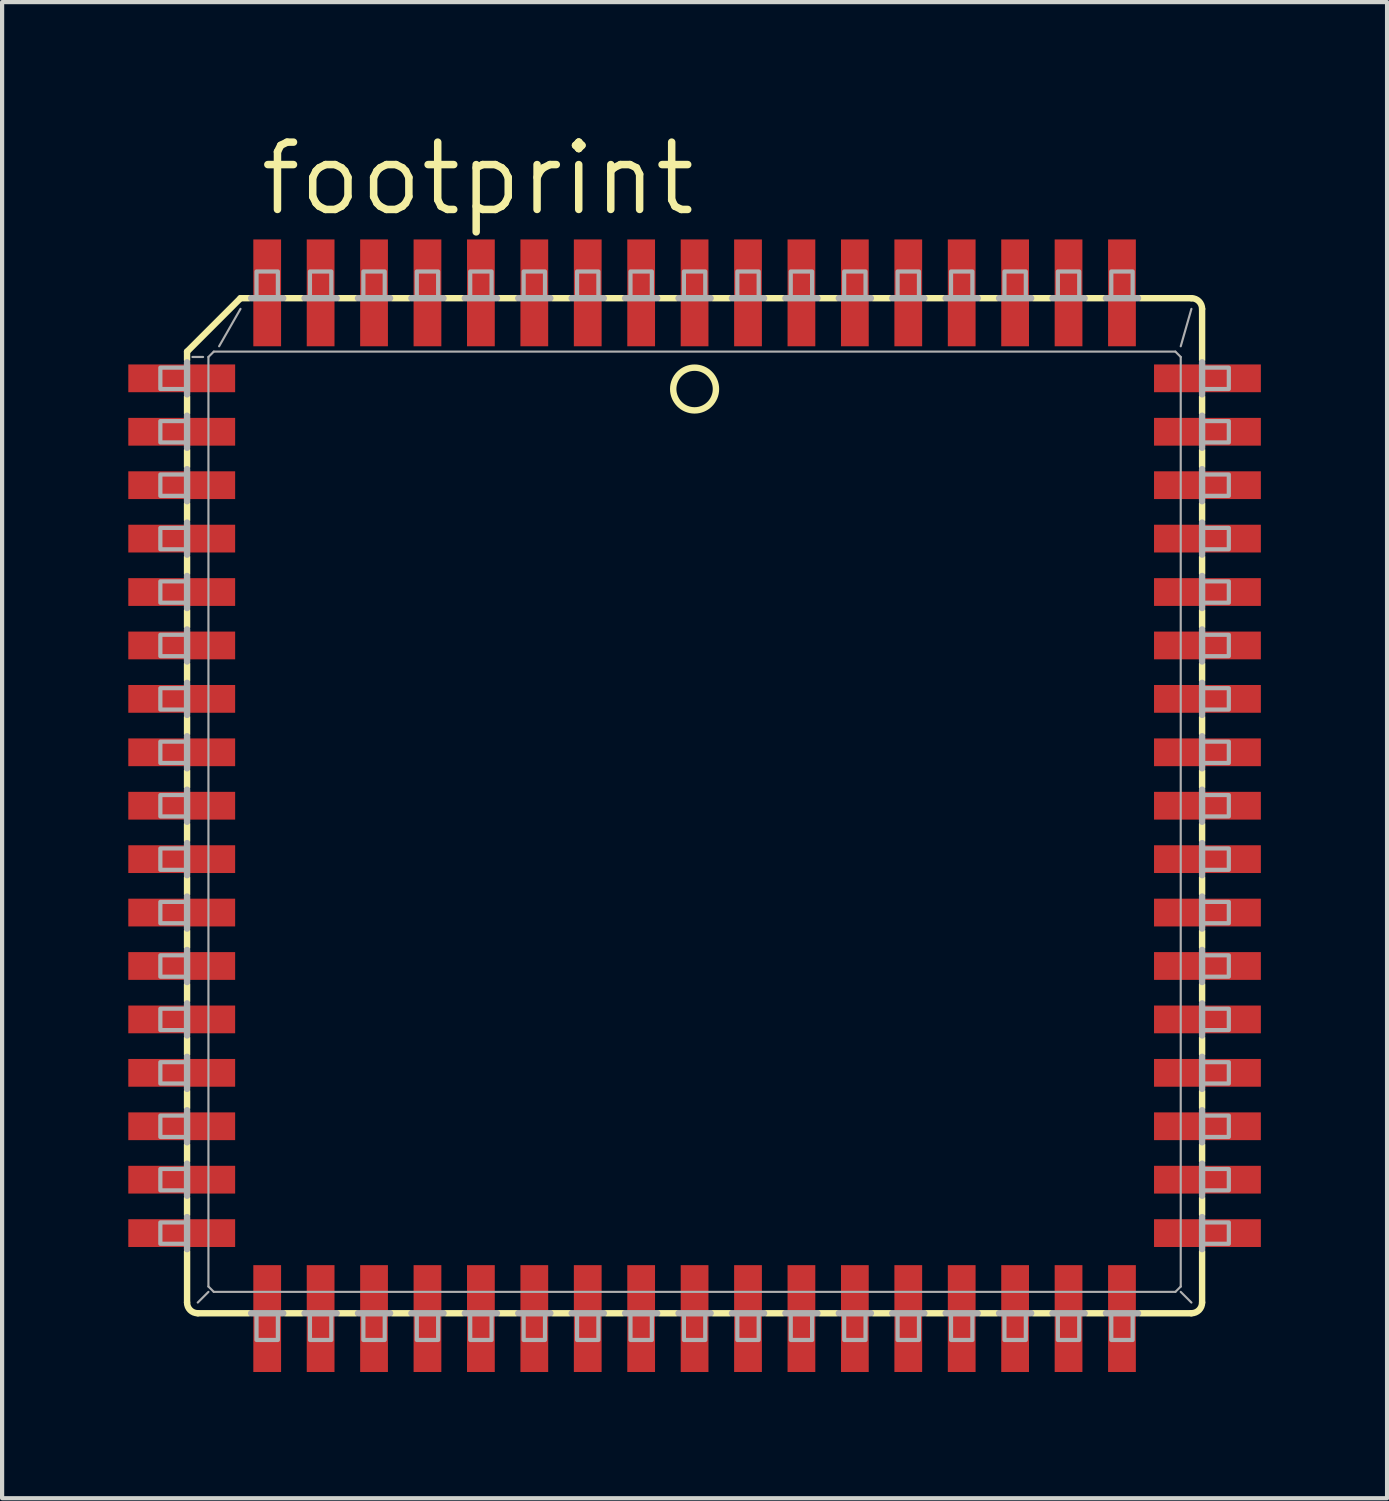
<source format=kicad_pcb>
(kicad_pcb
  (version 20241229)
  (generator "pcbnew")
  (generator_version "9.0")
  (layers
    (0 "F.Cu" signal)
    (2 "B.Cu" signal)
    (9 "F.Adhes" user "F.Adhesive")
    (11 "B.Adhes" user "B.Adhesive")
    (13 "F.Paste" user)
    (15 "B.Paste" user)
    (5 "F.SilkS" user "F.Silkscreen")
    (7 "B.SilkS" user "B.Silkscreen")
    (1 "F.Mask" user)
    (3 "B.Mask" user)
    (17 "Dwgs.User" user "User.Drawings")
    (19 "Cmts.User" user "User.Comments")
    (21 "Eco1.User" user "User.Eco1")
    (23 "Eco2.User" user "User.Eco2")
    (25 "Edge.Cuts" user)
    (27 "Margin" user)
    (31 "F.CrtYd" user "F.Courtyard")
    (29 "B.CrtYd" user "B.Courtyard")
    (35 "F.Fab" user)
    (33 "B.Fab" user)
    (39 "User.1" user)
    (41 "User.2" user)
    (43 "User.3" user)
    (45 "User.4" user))
  (footprint "footprint"
    (layer "F.Cu")
    (at 13.462 16.104)
    (property "Reference" "footprint" (at -10.414 -13.97 0) (layer "F.SilkS") (effects (font (size 1.6 1.6) (thickness 0.178)) (justify left bottom)))
    (fp_line (start -12.065 -10.795) (end -12.065 -10.592) (stroke (width 0.152) (type solid)) (layer "F.SilkS"))
    (fp_line (start -12.065 -10.795) (end -10.795 -12.065) (stroke (width 0.152) (type solid)) (layer "F.SilkS"))
    (fp_line (start -12.065 -9.728) (end -12.065 -9.322) (stroke (width 0.152) (type solid)) (layer "F.SilkS"))
    (fp_line (start -12.065 -8.458) (end -12.065 -8.052) (stroke (width 0.152) (type solid)) (layer "F.SilkS"))
    (fp_line (start -12.065 -7.188) (end -12.065 -6.782) (stroke (width 0.152) (type solid)) (layer "F.SilkS"))
    (fp_line (start -12.065 -5.918) (end -12.065 -5.512) (stroke (width 0.152) (type solid)) (layer "F.SilkS"))
    (fp_line (start -12.065 -4.648) (end -12.065 -4.242) (stroke (width 0.152) (type solid)) (layer "F.SilkS"))
    (fp_line (start -12.065 -3.378) (end -12.065 -2.972) (stroke (width 0.152) (type solid)) (layer "F.SilkS"))
    (fp_line (start -12.065 -1.702) (end -12.065 -2.108) (stroke (width 0.152) (type solid)) (layer "F.SilkS"))
    (fp_line (start -12.065 -0.838) (end -12.065 -0.432) (stroke (width 0.152) (type solid)) (layer "F.SilkS"))
    (fp_line (start -12.065 0.838) (end -12.065 0.432) (stroke (width 0.152) (type solid)) (layer "F.SilkS"))
    (fp_line (start -12.065 1.702) (end -12.065 2.108) (stroke (width 0.152) (type solid)) (layer "F.SilkS"))
    (fp_line (start -12.065 3.378) (end -12.065 2.972) (stroke (width 0.152) (type solid)) (layer "F.SilkS"))
    (fp_line (start -12.065 4.242) (end -12.065 4.648) (stroke (width 0.152) (type solid)) (layer "F.SilkS"))
    (fp_line (start -12.065 5.918) (end -12.065 5.512) (stroke (width 0.152) (type solid)) (layer "F.SilkS"))
    (fp_line (start -12.065 6.782) (end -12.065 7.188) (stroke (width 0.152) (type solid)) (layer "F.SilkS"))
    (fp_line (start -12.065 8.458) (end -12.065 8.052) (stroke (width 0.152) (type solid)) (layer "F.SilkS"))
    (fp_line (start -12.065 9.322) (end -12.065 9.728) (stroke (width 0.152) (type solid)) (layer "F.SilkS"))
    (fp_line (start -12.065 11.811) (end -12.065 10.592) (stroke (width 0.152) (type solid)) (layer "F.SilkS"))
    (fp_line (start -11.811 12.065) (end -10.592 12.065) (stroke (width 0.152) (type solid)) (layer "F.SilkS"))
    (fp_line (start -10.795 -12.065) (end -10.592 -12.065) (stroke (width 0.152) (type solid)) (layer "F.SilkS"))
    (fp_line (start -9.728 12.065) (end -9.322 12.065) (stroke (width 0.152) (type solid)) (layer "F.SilkS"))
    (fp_line (start -9.322 -12.065) (end -9.728 -12.065) (stroke (width 0.152) (type solid)) (layer "F.SilkS"))
    (fp_line (start -8.458 -12.065) (end -8.052 -12.065) (stroke (width 0.152) (type solid)) (layer "F.SilkS"))
    (fp_line (start -8.458 12.065) (end -8.052 12.065) (stroke (width 0.152) (type solid)) (layer "F.SilkS"))
    (fp_line (start -7.188 12.065) (end -6.782 12.065) (stroke (width 0.152) (type solid)) (layer "F.SilkS"))
    (fp_line (start -6.782 -12.065) (end -7.188 -12.065) (stroke (width 0.152) (type solid)) (layer "F.SilkS"))
    (fp_line (start -5.918 -12.065) (end -5.512 -12.065) (stroke (width 0.152) (type solid)) (layer "F.SilkS"))
    (fp_line (start -5.918 12.065) (end -5.512 12.065) (stroke (width 0.152) (type solid)) (layer "F.SilkS"))
    (fp_line (start -4.648 12.065) (end -4.242 12.065) (stroke (width 0.152) (type solid)) (layer "F.SilkS"))
    (fp_line (start -4.242 -12.065) (end -4.648 -12.065) (stroke (width 0.152) (type solid)) (layer "F.SilkS"))
    (fp_line (start -3.378 -12.065) (end -2.972 -12.065) (stroke (width 0.152) (type solid)) (layer "F.SilkS"))
    (fp_line (start -3.378 12.065) (end -2.972 12.065) (stroke (width 0.152) (type solid)) (layer "F.SilkS"))
    (fp_line (start -1.702 -12.065) (end -2.108 -12.065) (stroke (width 0.152) (type solid)) (layer "F.SilkS"))
    (fp_line (start -1.702 12.065) (end -2.108 12.065) (stroke (width 0.152) (type solid)) (layer "F.SilkS"))
    (fp_line (start -0.838 -12.065) (end -0.432 -12.065) (stroke (width 0.152) (type solid)) (layer "F.SilkS"))
    (fp_line (start -0.838 12.065) (end -0.432 12.065) (stroke (width 0.152) (type solid)) (layer "F.SilkS"))
    (fp_line (start 0.838 -12.065) (end 0.432 -12.065) (stroke (width 0.152) (type solid)) (layer "F.SilkS"))
    (fp_line (start 0.838 12.065) (end 0.432 12.065) (stroke (width 0.152) (type solid)) (layer "F.SilkS"))
    (fp_line (start 1.702 -12.065) (end 2.108 -12.065) (stroke (width 0.152) (type solid)) (layer "F.SilkS"))
    (fp_line (start 1.702 12.065) (end 2.108 12.065) (stroke (width 0.152) (type solid)) (layer "F.SilkS"))
    (fp_line (start 3.378 -12.065) (end 2.972 -12.065) (stroke (width 0.152) (type solid)) (layer "F.SilkS"))
    (fp_line (start 3.378 12.065) (end 2.972 12.065) (stroke (width 0.152) (type solid)) (layer "F.SilkS"))
    (fp_line (start 4.242 12.065) (end 4.648 12.065) (stroke (width 0.152) (type solid)) (layer "F.SilkS"))
    (fp_line (start 4.648 -12.065) (end 4.242 -12.065) (stroke (width 0.152) (type solid)) (layer "F.SilkS"))
    (fp_line (start 5.918 -12.065) (end 5.512 -12.065) (stroke (width 0.152) (type solid)) (layer "F.SilkS"))
    (fp_line (start 5.918 12.065) (end 5.512 12.065) (stroke (width 0.152) (type solid)) (layer "F.SilkS"))
    (fp_line (start 6.782 12.065) (end 7.188 12.065) (stroke (width 0.152) (type solid)) (layer "F.SilkS"))
    (fp_line (start 7.188 -12.065) (end 6.782 -12.065) (stroke (width 0.152) (type solid)) (layer "F.SilkS"))
    (fp_line (start 8.458 -12.065) (end 8.052 -12.065) (stroke (width 0.152) (type solid)) (layer "F.SilkS"))
    (fp_line (start 8.458 12.065) (end 8.052 12.065) (stroke (width 0.152) (type solid)) (layer "F.SilkS"))
    (fp_line (start 9.322 12.065) (end 9.728 12.065) (stroke (width 0.152) (type solid)) (layer "F.SilkS"))
    (fp_line (start 9.728 -12.065) (end 9.322 -12.065) (stroke (width 0.152) (type solid)) (layer "F.SilkS"))
    (fp_line (start 11.811 -12.065) (end 10.592 -12.065) (stroke (width 0.152) (type solid)) (layer "F.SilkS"))
    (fp_line (start 11.811 12.065) (end 10.592 12.065) (stroke (width 0.152) (type solid)) (layer "F.SilkS"))
    (fp_line (start 12.065 -11.811) (end 12.065 -10.592) (stroke (width 0.152) (type solid)) (layer "F.SilkS"))
    (fp_line (start 12.065 -9.322) (end 12.065 -9.728) (stroke (width 0.152) (type solid)) (layer "F.SilkS"))
    (fp_line (start 12.065 -8.458) (end 12.065 -8.052) (stroke (width 0.152) (type solid)) (layer "F.SilkS"))
    (fp_line (start 12.065 -6.782) (end 12.065 -7.188) (stroke (width 0.152) (type solid)) (layer "F.SilkS"))
    (fp_line (start 12.065 -5.918) (end 12.065 -5.512) (stroke (width 0.152) (type solid)) (layer "F.SilkS"))
    (fp_line (start 12.065 -4.242) (end 12.065 -4.648) (stroke (width 0.152) (type solid)) (layer "F.SilkS"))
    (fp_line (start 12.065 -3.378) (end 12.065 -2.972) (stroke (width 0.152) (type solid)) (layer "F.SilkS"))
    (fp_line (start 12.065 -1.702) (end 12.065 -2.108) (stroke (width 0.152) (type solid)) (layer "F.SilkS"))
    (fp_line (start 12.065 -0.838) (end 12.065 -0.432) (stroke (width 0.152) (type solid)) (layer "F.SilkS"))
    (fp_line (start 12.065 0.838) (end 12.065 0.432) (stroke (width 0.152) (type solid)) (layer "F.SilkS"))
    (fp_line (start 12.065 1.702) (end 12.065 2.108) (stroke (width 0.152) (type solid)) (layer "F.SilkS"))
    (fp_line (start 12.065 3.378) (end 12.065 2.972) (stroke (width 0.152) (type solid)) (layer "F.SilkS"))
    (fp_line (start 12.065 4.648) (end 12.065 4.242) (stroke (width 0.152) (type solid)) (layer "F.SilkS"))
    (fp_line (start 12.065 5.918) (end 12.065 5.512) (stroke (width 0.152) (type solid)) (layer "F.SilkS"))
    (fp_line (start 12.065 7.188) (end 12.065 6.782) (stroke (width 0.152) (type solid)) (layer "F.SilkS"))
    (fp_line (start 12.065 8.458) (end 12.065 8.052) (stroke (width 0.152) (type solid)) (layer "F.SilkS"))
    (fp_line (start 12.065 9.728) (end 12.065 9.322) (stroke (width 0.152) (type solid)) (layer "F.SilkS"))
    (fp_line (start 12.065 11.811) (end 12.065 10.592) (stroke (width 0.152) (type solid)) (layer "F.SilkS"))
    (fp_arc (start -11.811 12.065) (mid -11.990605 11.990605) (end -12.065 11.811) (stroke (width 0.1524) (type solid)) (layer "F.SilkS"))
    (fp_arc (start 11.811 -12.065) (mid 11.990605 -11.990605) (end 12.065 -11.811) (stroke (width 0.1524) (type solid)) (layer "F.SilkS"))
    (fp_arc (start 12.065 11.811) (mid 11.990605 11.990605) (end 11.811 12.065) (stroke (width 0.1524) (type solid)) (layer "F.SilkS"))
    (fp_circle (center 0 -9.906) (end 0.508 -9.906) (stroke (width 0.152) (type solid)) (fill no) (layer "F.SilkS"))
    (fp_line (start -12.065 -10.541) (end -12.065 -9.779) (stroke (width 0.152) (type solid)) (layer "F.Fab"))
    (fp_line (start -12.065 -9.271) (end -12.065 -8.509) (stroke (width 0.152) (type solid)) (layer "F.Fab"))
    (fp_line (start -12.065 -8.001) (end -12.065 -7.239) (stroke (width 0.152) (type solid)) (layer "F.Fab"))
    (fp_line (start -12.065 -6.731) (end -12.065 -5.969) (stroke (width 0.152) (type solid)) (layer "F.Fab"))
    (fp_line (start -12.065 -5.461) (end -12.065 -4.699) (stroke (width 0.152) (type solid)) (layer "F.Fab"))
    (fp_line (start -12.065 -4.191) (end -12.065 -3.429) (stroke (width 0.152) (type solid)) (layer "F.Fab"))
    (fp_line (start -12.065 -2.921) (end -12.065 -2.159) (stroke (width 0.152) (type solid)) (layer "F.Fab"))
    (fp_line (start -12.065 -1.651) (end -12.065 -0.889) (stroke (width 0.152) (type solid)) (layer "F.Fab"))
    (fp_line (start -12.065 -0.381) (end -12.065 0.381) (stroke (width 0.152) (type solid)) (layer "F.Fab"))
    (fp_line (start -12.065 0.889) (end -12.065 1.651) (stroke (width 0.152) (type solid)) (layer "F.Fab"))
    (fp_line (start -12.065 2.159) (end -12.065 2.921) (stroke (width 0.152) (type solid)) (layer "F.Fab"))
    (fp_line (start -12.065 3.429) (end -12.065 4.191) (stroke (width 0.152) (type solid)) (layer "F.Fab"))
    (fp_line (start -12.065 4.699) (end -12.065 5.461) (stroke (width 0.152) (type solid)) (layer "F.Fab"))
    (fp_line (start -12.065 5.969) (end -12.065 6.731) (stroke (width 0.152) (type solid)) (layer "F.Fab"))
    (fp_line (start -12.065 7.239) (end -12.065 8.001) (stroke (width 0.152) (type solid)) (layer "F.Fab"))
    (fp_line (start -12.065 8.509) (end -12.065 9.271) (stroke (width 0.152) (type solid)) (layer "F.Fab"))
    (fp_line (start -12.065 9.779) (end -12.065 10.541) (stroke (width 0.152) (type solid)) (layer "F.Fab"))
    (fp_line (start -11.684 -10.668) (end -11.938 -10.668) (stroke (width 0.051) (type solid)) (layer "F.Fab"))
    (fp_line (start -11.557 11.43) (end -11.557 -10.668) (stroke (width 0.051) (type solid)) (layer "F.Fab"))
    (fp_line (start -11.557 11.43) (end -11.43 11.557) (stroke (width 0.051) (type solid)) (layer "F.Fab"))
    (fp_line (start -11.557 11.557) (end -11.811 11.811) (stroke (width 0.051) (type solid)) (layer "F.Fab"))
    (fp_line (start -11.43 -10.795) (end -11.557 -10.668) (stroke (width 0.051) (type solid)) (layer "F.Fab"))
    (fp_line (start -11.43 -10.795) (end 11.43 -10.795) (stroke (width 0.051) (type solid)) (layer "F.Fab"))
    (fp_line (start -11.303 -10.922) (end -10.795 -11.811) (stroke (width 0.051) (type solid)) (layer "F.Fab"))
    (fp_line (start -10.541 12.065) (end -9.779 12.065) (stroke (width 0.152) (type solid)) (layer "F.Fab"))
    (fp_line (start -9.779 -12.065) (end -10.541 -12.065) (stroke (width 0.152) (type solid)) (layer "F.Fab"))
    (fp_line (start -9.271 12.065) (end -8.509 12.065) (stroke (width 0.152) (type solid)) (layer "F.Fab"))
    (fp_line (start -8.509 -12.065) (end -9.271 -12.065) (stroke (width 0.152) (type solid)) (layer "F.Fab"))
    (fp_line (start -8.001 12.065) (end -7.239 12.065) (stroke (width 0.152) (type solid)) (layer "F.Fab"))
    (fp_line (start -7.239 -12.065) (end -8.001 -12.065) (stroke (width 0.152) (type solid)) (layer "F.Fab"))
    (fp_line (start -6.731 12.065) (end -5.969 12.065) (stroke (width 0.152) (type solid)) (layer "F.Fab"))
    (fp_line (start -5.969 -12.065) (end -6.731 -12.065) (stroke (width 0.152) (type solid)) (layer "F.Fab"))
    (fp_line (start -5.461 12.065) (end -4.699 12.065) (stroke (width 0.152) (type solid)) (layer "F.Fab"))
    (fp_line (start -4.699 -12.065) (end -5.461 -12.065) (stroke (width 0.152) (type solid)) (layer "F.Fab"))
    (fp_line (start -4.191 12.065) (end -3.429 12.065) (stroke (width 0.152) (type solid)) (layer "F.Fab"))
    (fp_line (start -3.429 -12.065) (end -4.191 -12.065) (stroke (width 0.152) (type solid)) (layer "F.Fab"))
    (fp_line (start -2.921 12.065) (end -2.159 12.065) (stroke (width 0.152) (type solid)) (layer "F.Fab"))
    (fp_line (start -2.159 -12.065) (end -2.921 -12.065) (stroke (width 0.152) (type solid)) (layer "F.Fab"))
    (fp_line (start -1.651 12.065) (end -0.889 12.065) (stroke (width 0.152) (type solid)) (layer "F.Fab"))
    (fp_line (start -0.889 -12.065) (end -1.651 -12.065) (stroke (width 0.152) (type solid)) (layer "F.Fab"))
    (fp_line (start -0.381 12.065) (end 0.381 12.065) (stroke (width 0.152) (type solid)) (layer "F.Fab"))
    (fp_line (start 0.381 -12.065) (end -0.381 -12.065) (stroke (width 0.152) (type solid)) (layer "F.Fab"))
    (fp_line (start 0.889 12.065) (end 1.651 12.065) (stroke (width 0.152) (type solid)) (layer "F.Fab"))
    (fp_line (start 1.651 -12.065) (end 0.889 -12.065) (stroke (width 0.152) (type solid)) (layer "F.Fab"))
    (fp_line (start 2.159 12.065) (end 2.921 12.065) (stroke (width 0.152) (type solid)) (layer "F.Fab"))
    (fp_line (start 2.921 -12.065) (end 2.159 -12.065) (stroke (width 0.152) (type solid)) (layer "F.Fab"))
    (fp_line (start 3.429 12.065) (end 4.191 12.065) (stroke (width 0.152) (type solid)) (layer "F.Fab"))
    (fp_line (start 4.191 -12.065) (end 3.429 -12.065) (stroke (width 0.152) (type solid)) (layer "F.Fab"))
    (fp_line (start 4.699 12.065) (end 5.461 12.065) (stroke (width 0.152) (type solid)) (layer "F.Fab"))
    (fp_line (start 5.461 -12.065) (end 4.699 -12.065) (stroke (width 0.152) (type solid)) (layer "F.Fab"))
    (fp_line (start 5.969 12.065) (end 6.731 12.065) (stroke (width 0.152) (type solid)) (layer "F.Fab"))
    (fp_line (start 6.731 -12.065) (end 5.969 -12.065) (stroke (width 0.152) (type solid)) (layer "F.Fab"))
    (fp_line (start 7.239 12.065) (end 8.001 12.065) (stroke (width 0.152) (type solid)) (layer "F.Fab"))
    (fp_line (start 8.001 -12.065) (end 7.239 -12.065) (stroke (width 0.152) (type solid)) (layer "F.Fab"))
    (fp_line (start 8.509 12.065) (end 9.271 12.065) (stroke (width 0.152) (type solid)) (layer "F.Fab"))
    (fp_line (start 9.271 -12.065) (end 8.509 -12.065) (stroke (width 0.152) (type solid)) (layer "F.Fab"))
    (fp_line (start 9.779 12.065) (end 10.541 12.065) (stroke (width 0.152) (type solid)) (layer "F.Fab"))
    (fp_line (start 10.541 -12.065) (end 9.779 -12.065) (stroke (width 0.152) (type solid)) (layer "F.Fab"))
    (fp_line (start 11.43 11.557) (end -11.43 11.557) (stroke (width 0.051) (type solid)) (layer "F.Fab"))
    (fp_line (start 11.43 11.557) (end 11.557 11.43) (stroke (width 0.051) (type solid)) (layer "F.Fab"))
    (fp_line (start 11.557 -10.668) (end 11.43 -10.795) (stroke (width 0.051) (type solid)) (layer "F.Fab"))
    (fp_line (start 11.557 -10.668) (end 11.557 11.43) (stroke (width 0.051) (type solid)) (layer "F.Fab"))
    (fp_line (start 11.557 11.557) (end 11.811 11.811) (stroke (width 0.051) (type solid)) (layer "F.Fab"))
    (fp_line (start 11.811 -11.811) (end 11.557 -10.922) (stroke (width 0.051) (type solid)) (layer "F.Fab"))
    (fp_line (start 12.065 -9.779) (end 12.065 -10.541) (stroke (width 0.152) (type solid)) (layer "F.Fab"))
    (fp_line (start 12.065 -8.509) (end 12.065 -9.271) (stroke (width 0.152) (type solid)) (layer "F.Fab"))
    (fp_line (start 12.065 -7.239) (end 12.065 -8.001) (stroke (width 0.152) (type solid)) (layer "F.Fab"))
    (fp_line (start 12.065 -5.969) (end 12.065 -6.731) (stroke (width 0.152) (type solid)) (layer "F.Fab"))
    (fp_line (start 12.065 -4.699) (end 12.065 -5.461) (stroke (width 0.152) (type solid)) (layer "F.Fab"))
    (fp_line (start 12.065 -3.429) (end 12.065 -4.191) (stroke (width 0.152) (type solid)) (layer "F.Fab"))
    (fp_line (start 12.065 -2.159) (end 12.065 -2.921) (stroke (width 0.152) (type solid)) (layer "F.Fab"))
    (fp_line (start 12.065 -0.889) (end 12.065 -1.651) (stroke (width 0.152) (type solid)) (layer "F.Fab"))
    (fp_line (start 12.065 0.381) (end 12.065 -0.381) (stroke (width 0.152) (type solid)) (layer "F.Fab"))
    (fp_line (start 12.065 1.651) (end 12.065 0.889) (stroke (width 0.152) (type solid)) (layer "F.Fab"))
    (fp_line (start 12.065 2.921) (end 12.065 2.159) (stroke (width 0.152) (type solid)) (layer "F.Fab"))
    (fp_line (start 12.065 4.191) (end 12.065 3.429) (stroke (width 0.152) (type solid)) (layer "F.Fab"))
    (fp_line (start 12.065 5.461) (end 12.065 4.699) (stroke (width 0.152) (type solid)) (layer "F.Fab"))
    (fp_line (start 12.065 6.731) (end 12.065 5.969) (stroke (width 0.152) (type solid)) (layer "F.Fab"))
    (fp_line (start 12.065 8.001) (end 12.065 7.239) (stroke (width 0.152) (type solid)) (layer "F.Fab"))
    (fp_line (start 12.065 9.271) (end 12.065 8.509) (stroke (width 0.152) (type solid)) (layer "F.Fab"))
    (fp_line (start 12.065 10.541) (end 12.065 9.779) (stroke (width 0.152) (type solid)) (layer "F.Fab"))
    (fp_poly (pts (xy -12.7 -9.906) (xy -12.065 -9.906) (xy -12.065 -10.414) (xy -12.7 -10.414)) (stroke (width 0.1) (type solid)) (fill no) (layer "F.Fab"))
    (fp_poly (pts (xy -12.7 -8.636) (xy -12.065 -8.636) (xy -12.065 -9.144) (xy -12.7 -9.144)) (stroke (width 0.1) (type solid)) (fill no) (layer "F.Fab"))
    (fp_poly (pts (xy -12.7 -7.366) (xy -12.065 -7.366) (xy -12.065 -7.874) (xy -12.7 -7.874)) (stroke (width 0.1) (type solid)) (fill no) (layer "F.Fab"))
    (fp_poly (pts (xy -12.7 -6.096) (xy -12.065 -6.096) (xy -12.065 -6.604) (xy -12.7 -6.604)) (stroke (width 0.1) (type solid)) (fill no) (layer "F.Fab"))
    (fp_poly (pts (xy -12.7 -4.826) (xy -12.065 -4.826) (xy -12.065 -5.334) (xy -12.7 -5.334)) (stroke (width 0.1) (type solid)) (fill no) (layer "F.Fab"))
    (fp_poly (pts (xy -12.7 -3.556) (xy -12.065 -3.556) (xy -12.065 -4.064) (xy -12.7 -4.064)) (stroke (width 0.1) (type solid)) (fill no) (layer "F.Fab"))
    (fp_poly (pts (xy -12.7 -2.286) (xy -12.065 -2.286) (xy -12.065 -2.794) (xy -12.7 -2.794)) (stroke (width 0.1) (type solid)) (fill no) (layer "F.Fab"))
    (fp_poly (pts (xy -12.7 -1.016) (xy -12.065 -1.016) (xy -12.065 -1.524) (xy -12.7 -1.524)) (stroke (width 0.1) (type solid)) (fill no) (layer "F.Fab"))
    (fp_poly (pts (xy -12.7 0.254) (xy -12.065 0.254) (xy -12.065 -0.254) (xy -12.7 -0.254)) (stroke (width 0.1) (type solid)) (fill no) (layer "F.Fab"))
    (fp_poly (pts (xy -12.7 1.524) (xy -12.065 1.524) (xy -12.065 1.016) (xy -12.7 1.016)) (stroke (width 0.1) (type solid)) (fill no) (layer "F.Fab"))
    (fp_poly (pts (xy -12.7 2.794) (xy -12.065 2.794) (xy -12.065 2.286) (xy -12.7 2.286)) (stroke (width 0.1) (type solid)) (fill no) (layer "F.Fab"))
    (fp_poly (pts (xy -12.7 4.064) (xy -12.065 4.064) (xy -12.065 3.556) (xy -12.7 3.556)) (stroke (width 0.1) (type solid)) (fill no) (layer "F.Fab"))
    (fp_poly (pts (xy -12.7 5.334) (xy -12.065 5.334) (xy -12.065 4.826) (xy -12.7 4.826)) (stroke (width 0.1) (type solid)) (fill no) (layer "F.Fab"))
    (fp_poly (pts (xy -12.7 6.604) (xy -12.065 6.604) (xy -12.065 6.096) (xy -12.7 6.096)) (stroke (width 0.1) (type solid)) (fill no) (layer "F.Fab"))
    (fp_poly (pts (xy -12.7 7.874) (xy -12.065 7.874) (xy -12.065 7.366) (xy -12.7 7.366)) (stroke (width 0.1) (type solid)) (fill no) (layer "F.Fab"))
    (fp_poly (pts (xy -12.7 9.144) (xy -12.065 9.144) (xy -12.065 8.636) (xy -12.7 8.636)) (stroke (width 0.1) (type solid)) (fill no) (layer "F.Fab"))
    (fp_poly (pts (xy -12.7 10.414) (xy -12.065 10.414) (xy -12.065 9.906) (xy -12.7 9.906)) (stroke (width 0.1) (type solid)) (fill no) (layer "F.Fab"))
    (fp_poly (pts (xy -10.414 -12.065) (xy -9.906 -12.065) (xy -9.906 -12.7) (xy -10.414 -12.7)) (stroke (width 0.1) (type solid)) (fill no) (layer "F.Fab"))
    (fp_poly (pts (xy -10.414 12.7) (xy -9.906 12.7) (xy -9.906 12.065) (xy -10.414 12.065)) (stroke (width 0.1) (type solid)) (fill no) (layer "F.Fab"))
    (fp_poly (pts (xy -9.144 -12.065) (xy -8.636 -12.065) (xy -8.636 -12.7) (xy -9.144 -12.7)) (stroke (width 0.1) (type solid)) (fill no) (layer "F.Fab"))
    (fp_poly (pts (xy -9.144 12.7) (xy -8.636 12.7) (xy -8.636 12.065) (xy -9.144 12.065)) (stroke (width 0.1) (type solid)) (fill no) (layer "F.Fab"))
    (fp_poly (pts (xy -7.874 -12.065) (xy -7.366 -12.065) (xy -7.366 -12.7) (xy -7.874 -12.7)) (stroke (width 0.1) (type solid)) (fill no) (layer "F.Fab"))
    (fp_poly (pts (xy -7.874 12.7) (xy -7.366 12.7) (xy -7.366 12.065) (xy -7.874 12.065)) (stroke (width 0.1) (type solid)) (fill no) (layer "F.Fab"))
    (fp_poly (pts (xy -6.604 -12.065) (xy -6.096 -12.065) (xy -6.096 -12.7) (xy -6.604 -12.7)) (stroke (width 0.1) (type solid)) (fill no) (layer "F.Fab"))
    (fp_poly (pts (xy -6.604 12.7) (xy -6.096 12.7) (xy -6.096 12.065) (xy -6.604 12.065)) (stroke (width 0.1) (type solid)) (fill no) (layer "F.Fab"))
    (fp_poly (pts (xy -5.334 -12.065) (xy -4.826 -12.065) (xy -4.826 -12.7) (xy -5.334 -12.7)) (stroke (width 0.1) (type solid)) (fill no) (layer "F.Fab"))
    (fp_poly (pts (xy -5.334 12.7) (xy -4.826 12.7) (xy -4.826 12.065) (xy -5.334 12.065)) (stroke (width 0.1) (type solid)) (fill no) (layer "F.Fab"))
    (fp_poly (pts (xy -4.064 -12.065) (xy -3.556 -12.065) (xy -3.556 -12.7) (xy -4.064 -12.7)) (stroke (width 0.1) (type solid)) (fill no) (layer "F.Fab"))
    (fp_poly (pts (xy -4.064 12.7) (xy -3.556 12.7) (xy -3.556 12.065) (xy -4.064 12.065)) (stroke (width 0.1) (type solid)) (fill no) (layer "F.Fab"))
    (fp_poly (pts (xy -2.794 -12.065) (xy -2.286 -12.065) (xy -2.286 -12.7) (xy -2.794 -12.7)) (stroke (width 0.1) (type solid)) (fill no) (layer "F.Fab"))
    (fp_poly (pts (xy -2.794 12.7) (xy -2.286 12.7) (xy -2.286 12.065) (xy -2.794 12.065)) (stroke (width 0.1) (type solid)) (fill no) (layer "F.Fab"))
    (fp_poly (pts (xy -1.524 -12.065) (xy -1.016 -12.065) (xy -1.016 -12.7) (xy -1.524 -12.7)) (stroke (width 0.1) (type solid)) (fill no) (layer "F.Fab"))
    (fp_poly (pts (xy -1.524 12.7) (xy -1.016 12.7) (xy -1.016 12.065) (xy -1.524 12.065)) (stroke (width 0.1) (type solid)) (fill no) (layer "F.Fab"))
    (fp_poly (pts (xy -0.254 -12.065) (xy 0.254 -12.065) (xy 0.254 -12.7) (xy -0.254 -12.7)) (stroke (width 0.1) (type solid)) (fill no) (layer "F.Fab"))
    (fp_poly (pts (xy -0.254 12.7) (xy 0.254 12.7) (xy 0.254 12.065) (xy -0.254 12.065)) (stroke (width 0.1) (type solid)) (fill no) (layer "F.Fab"))
    (fp_poly (pts (xy 1.016 -12.065) (xy 1.524 -12.065) (xy 1.524 -12.7) (xy 1.016 -12.7)) (stroke (width 0.1) (type solid)) (fill no) (layer "F.Fab"))
    (fp_poly (pts (xy 1.016 12.7) (xy 1.524 12.7) (xy 1.524 12.065) (xy 1.016 12.065)) (stroke (width 0.1) (type solid)) (fill no) (layer "F.Fab"))
    (fp_poly (pts (xy 2.286 -12.065) (xy 2.794 -12.065) (xy 2.794 -12.7) (xy 2.286 -12.7)) (stroke (width 0.1) (type solid)) (fill no) (layer "F.Fab"))
    (fp_poly (pts (xy 2.286 12.7) (xy 2.794 12.7) (xy 2.794 12.065) (xy 2.286 12.065)) (stroke (width 0.1) (type solid)) (fill no) (layer "F.Fab"))
    (fp_poly (pts (xy 3.556 -12.065) (xy 4.064 -12.065) (xy 4.064 -12.7) (xy 3.556 -12.7)) (stroke (width 0.1) (type solid)) (fill no) (layer "F.Fab"))
    (fp_poly (pts (xy 3.556 12.7) (xy 4.064 12.7) (xy 4.064 12.065) (xy 3.556 12.065)) (stroke (width 0.1) (type solid)) (fill no) (layer "F.Fab"))
    (fp_poly (pts (xy 4.826 -12.065) (xy 5.334 -12.065) (xy 5.334 -12.7) (xy 4.826 -12.7)) (stroke (width 0.1) (type solid)) (fill no) (layer "F.Fab"))
    (fp_poly (pts (xy 4.826 12.7) (xy 5.334 12.7) (xy 5.334 12.065) (xy 4.826 12.065)) (stroke (width 0.1) (type solid)) (fill no) (layer "F.Fab"))
    (fp_poly (pts (xy 6.096 -12.065) (xy 6.604 -12.065) (xy 6.604 -12.7) (xy 6.096 -12.7)) (stroke (width 0.1) (type solid)) (fill no) (layer "F.Fab"))
    (fp_poly (pts (xy 6.096 12.7) (xy 6.604 12.7) (xy 6.604 12.065) (xy 6.096 12.065)) (stroke (width 0.1) (type solid)) (fill no) (layer "F.Fab"))
    (fp_poly (pts (xy 7.366 -12.065) (xy 7.874 -12.065) (xy 7.874 -12.7) (xy 7.366 -12.7)) (stroke (width 0.1) (type solid)) (fill no) (layer "F.Fab"))
    (fp_poly (pts (xy 7.366 12.7) (xy 7.874 12.7) (xy 7.874 12.065) (xy 7.366 12.065)) (stroke (width 0.1) (type solid)) (fill no) (layer "F.Fab"))
    (fp_poly (pts (xy 8.636 -12.065) (xy 9.144 -12.065) (xy 9.144 -12.7) (xy 8.636 -12.7)) (stroke (width 0.1) (type solid)) (fill no) (layer "F.Fab"))
    (fp_poly (pts (xy 8.636 12.7) (xy 9.144 12.7) (xy 9.144 12.065) (xy 8.636 12.065)) (stroke (width 0.1) (type solid)) (fill no) (layer "F.Fab"))
    (fp_poly (pts (xy 9.906 -12.065) (xy 10.414 -12.065) (xy 10.414 -12.7) (xy 9.906 -12.7)) (stroke (width 0.1) (type solid)) (fill no) (layer "F.Fab"))
    (fp_poly (pts (xy 9.906 12.7) (xy 10.414 12.7) (xy 10.414 12.065) (xy 9.906 12.065)) (stroke (width 0.1) (type solid)) (fill no) (layer "F.Fab"))
    (fp_poly (pts (xy 12.065 -9.906) (xy 12.7 -9.906) (xy 12.7 -10.414) (xy 12.065 -10.414)) (stroke (width 0.1) (type solid)) (fill no) (layer "F.Fab"))
    (fp_poly (pts (xy 12.065 -8.636) (xy 12.7 -8.636) (xy 12.7 -9.144) (xy 12.065 -9.144)) (stroke (width 0.1) (type solid)) (fill no) (layer "F.Fab"))
    (fp_poly (pts (xy 12.065 -7.366) (xy 12.7 -7.366) (xy 12.7 -7.874) (xy 12.065 -7.874)) (stroke (width 0.1) (type solid)) (fill no) (layer "F.Fab"))
    (fp_poly (pts (xy 12.065 -6.096) (xy 12.7 -6.096) (xy 12.7 -6.604) (xy 12.065 -6.604)) (stroke (width 0.1) (type solid)) (fill no) (layer "F.Fab"))
    (fp_poly (pts (xy 12.065 -4.826) (xy 12.7 -4.826) (xy 12.7 -5.334) (xy 12.065 -5.334)) (stroke (width 0.1) (type solid)) (fill no) (layer "F.Fab"))
    (fp_poly (pts (xy 12.065 -3.556) (xy 12.7 -3.556) (xy 12.7 -4.064) (xy 12.065 -4.064)) (stroke (width 0.1) (type solid)) (fill no) (layer "F.Fab"))
    (fp_poly (pts (xy 12.065 -2.286) (xy 12.7 -2.286) (xy 12.7 -2.794) (xy 12.065 -2.794)) (stroke (width 0.1) (type solid)) (fill no) (layer "F.Fab"))
    (fp_poly (pts (xy 12.065 -1.016) (xy 12.7 -1.016) (xy 12.7 -1.524) (xy 12.065 -1.524)) (stroke (width 0.1) (type solid)) (fill no) (layer "F.Fab"))
    (fp_poly (pts (xy 12.065 0.254) (xy 12.7 0.254) (xy 12.7 -0.254) (xy 12.065 -0.254)) (stroke (width 0.1) (type solid)) (fill no) (layer "F.Fab"))
    (fp_poly (pts (xy 12.065 1.524) (xy 12.7 1.524) (xy 12.7 1.016) (xy 12.065 1.016)) (stroke (width 0.1) (type solid)) (fill no) (layer "F.Fab"))
    (fp_poly (pts (xy 12.065 2.794) (xy 12.7 2.794) (xy 12.7 2.286) (xy 12.065 2.286)) (stroke (width 0.1) (type solid)) (fill no) (layer "F.Fab"))
    (fp_poly (pts (xy 12.065 4.064) (xy 12.7 4.064) (xy 12.7 3.556) (xy 12.065 3.556)) (stroke (width 0.1) (type solid)) (fill no) (layer "F.Fab"))
    (fp_poly (pts (xy 12.065 5.334) (xy 12.7 5.334) (xy 12.7 4.826) (xy 12.065 4.826)) (stroke (width 0.1) (type solid)) (fill no) (layer "F.Fab"))
    (fp_poly (pts (xy 12.065 6.604) (xy 12.7 6.604) (xy 12.7 6.096) (xy 12.065 6.096)) (stroke (width 0.1) (type solid)) (fill no) (layer "F.Fab"))
    (fp_poly (pts (xy 12.065 7.874) (xy 12.7 7.874) (xy 12.7 7.366) (xy 12.065 7.366)) (stroke (width 0.1) (type solid)) (fill no) (layer "F.Fab"))
    (fp_poly (pts (xy 12.065 9.144) (xy 12.7 9.144) (xy 12.7 8.636) (xy 12.065 8.636)) (stroke (width 0.1) (type solid)) (fill no) (layer "F.Fab"))
    (fp_poly (pts (xy 12.065 10.414) (xy 12.7 10.414) (xy 12.7 9.906) (xy 12.065 9.906)) (stroke (width 0.1) (type solid)) (fill no) (layer "F.Fab"))
    (pad "1" smd rect (at 0 -12.192) (size 0.66 2.54) (layers "F.Cu" "F.Mask" "F.Paste"))
    (pad "2" smd rect (at -1.27 -12.192) (size 0.66 2.54) (layers "F.Cu" "F.Mask" "F.Paste"))
    (pad "3" smd rect (at -2.54 -12.192) (size 0.66 2.54) (layers "F.Cu" "F.Mask" "F.Paste"))
    (pad "4" smd rect (at -3.81 -12.192) (size 0.66 2.54) (layers "F.Cu" "F.Mask" "F.Paste"))
    (pad "5" smd rect (at -5.08 -12.192) (size 0.66 2.54) (layers "F.Cu" "F.Mask" "F.Paste"))
    (pad "6" smd rect (at -6.35 -12.192) (size 0.66 2.54) (layers "F.Cu" "F.Mask" "F.Paste"))
    (pad "7" smd rect (at -7.62 -12.192) (size 0.66 2.54) (layers "F.Cu" "F.Mask" "F.Paste"))
    (pad "8" smd rect (at -8.89 -12.192) (size 0.66 2.54) (layers "F.Cu" "F.Mask" "F.Paste"))
    (pad "9" smd rect (at -10.16 -12.192) (size 0.66 2.54) (layers "F.Cu" "F.Mask" "F.Paste"))
    (pad "10" smd rect (at -12.192 -10.16) (size 2.54 0.66) (layers "F.Cu" "F.Mask" "F.Paste"))
    (pad "11" smd rect (at -12.192 -8.89) (size 2.54 0.66) (layers "F.Cu" "F.Mask" "F.Paste"))
    (pad "12" smd rect (at -12.192 -7.62) (size 2.54 0.66) (layers "F.Cu" "F.Mask" "F.Paste"))
    (pad "13" smd rect (at -12.192 -6.35) (size 2.54 0.66) (layers "F.Cu" "F.Mask" "F.Paste"))
    (pad "14" smd rect (at -12.192 -5.08) (size 2.54 0.66) (layers "F.Cu" "F.Mask" "F.Paste"))
    (pad "15" smd rect (at -12.192 -3.81) (size 2.54 0.66) (layers "F.Cu" "F.Mask" "F.Paste"))
    (pad "16" smd rect (at -12.192 -2.54) (size 2.54 0.66) (layers "F.Cu" "F.Mask" "F.Paste"))
    (pad "17" smd rect (at -12.192 -1.27) (size 2.54 0.66) (layers "F.Cu" "F.Mask" "F.Paste"))
    (pad "18" smd rect (at -12.192 0) (size 2.54 0.66) (layers "F.Cu" "F.Mask" "F.Paste"))
    (pad "19" smd rect (at -12.192 1.27) (size 2.54 0.66) (layers "F.Cu" "F.Mask" "F.Paste"))
    (pad "20" smd rect (at -12.192 2.54) (size 2.54 0.66) (layers "F.Cu" "F.Mask" "F.Paste"))
    (pad "21" smd rect (at -12.192 3.81) (size 2.54 0.66) (layers "F.Cu" "F.Mask" "F.Paste"))
    (pad "22" smd rect (at -12.192 5.08) (size 2.54 0.66) (layers "F.Cu" "F.Mask" "F.Paste"))
    (pad "23" smd rect (at -12.192 6.35) (size 2.54 0.66) (layers "F.Cu" "F.Mask" "F.Paste"))
    (pad "24" smd rect (at -12.192 7.62) (size 2.54 0.66) (layers "F.Cu" "F.Mask" "F.Paste"))
    (pad "25" smd rect (at -12.192 8.89) (size 2.54 0.66) (layers "F.Cu" "F.Mask" "F.Paste"))
    (pad "26" smd rect (at -12.192 10.16) (size 2.54 0.66) (layers "F.Cu" "F.Mask" "F.Paste"))
    (pad "27" smd rect (at -10.16 12.192) (size 0.66 2.54) (layers "F.Cu" "F.Mask" "F.Paste"))
    (pad "28" smd rect (at -8.89 12.192) (size 0.66 2.54) (layers "F.Cu" "F.Mask" "F.Paste"))
    (pad "29" smd rect (at -7.62 12.192) (size 0.66 2.54) (layers "F.Cu" "F.Mask" "F.Paste"))
    (pad "30" smd rect (at -6.35 12.192) (size 0.66 2.54) (layers "F.Cu" "F.Mask" "F.Paste"))
    (pad "31" smd rect (at -5.08 12.192) (size 0.66 2.54) (layers "F.Cu" "F.Mask" "F.Paste"))
    (pad "32" smd rect (at -3.81 12.192) (size 0.66 2.54) (layers "F.Cu" "F.Mask" "F.Paste"))
    (pad "33" smd rect (at -2.54 12.192) (size 0.66 2.54) (layers "F.Cu" "F.Mask" "F.Paste"))
    (pad "34" smd rect (at -1.27 12.192) (size 0.66 2.54) (layers "F.Cu" "F.Mask" "F.Paste"))
    (pad "35" smd rect (at 0 12.192) (size 0.66 2.54) (layers "F.Cu" "F.Mask" "F.Paste"))
    (pad "36" smd rect (at 1.27 12.192) (size 0.66 2.54) (layers "F.Cu" "F.Mask" "F.Paste"))
    (pad "37" smd rect (at 2.54 12.192) (size 0.66 2.54) (layers "F.Cu" "F.Mask" "F.Paste"))
    (pad "38" smd rect (at 3.81 12.192) (size 0.66 2.54) (layers "F.Cu" "F.Mask" "F.Paste"))
    (pad "39" smd rect (at 5.08 12.192) (size 0.66 2.54) (layers "F.Cu" "F.Mask" "F.Paste"))
    (pad "40" smd rect (at 6.35 12.192) (size 0.66 2.54) (layers "F.Cu" "F.Mask" "F.Paste"))
    (pad "41" smd rect (at 7.62 12.192) (size 0.66 2.54) (layers "F.Cu" "F.Mask" "F.Paste"))
    (pad "42" smd rect (at 8.89 12.192) (size 0.66 2.54) (layers "F.Cu" "F.Mask" "F.Paste"))
    (pad "43" smd rect (at 10.16 12.192) (size 0.66 2.54) (layers "F.Cu" "F.Mask" "F.Paste"))
    (pad "44" smd rect (at 12.192 10.16) (size 2.54 0.66) (layers "F.Cu" "F.Mask" "F.Paste"))
    (pad "45" smd rect (at 12.192 8.89) (size 2.54 0.66) (layers "F.Cu" "F.Mask" "F.Paste"))
    (pad "46" smd rect (at 12.192 7.62) (size 2.54 0.66) (layers "F.Cu" "F.Mask" "F.Paste"))
    (pad "47" smd rect (at 12.192 6.35) (size 2.54 0.66) (layers "F.Cu" "F.Mask" "F.Paste"))
    (pad "48" smd rect (at 12.192 5.08) (size 2.54 0.66) (layers "F.Cu" "F.Mask" "F.Paste"))
    (pad "49" smd rect (at 12.192 3.81) (size 2.54 0.66) (layers "F.Cu" "F.Mask" "F.Paste"))
    (pad "50" smd rect (at 12.192 2.54) (size 2.54 0.66) (layers "F.Cu" "F.Mask" "F.Paste"))
    (pad "51" smd rect (at 12.192 1.27) (size 2.54 0.66) (layers "F.Cu" "F.Mask" "F.Paste"))
    (pad "52" smd rect (at 12.192 0) (size 2.54 0.66) (layers "F.Cu" "F.Mask" "F.Paste"))
    (pad "53" smd rect (at 12.192 -1.27) (size 2.54 0.66) (layers "F.Cu" "F.Mask" "F.Paste"))
    (pad "54" smd rect (at 12.192 -2.54) (size 2.54 0.66) (layers "F.Cu" "F.Mask" "F.Paste"))
    (pad "55" smd rect (at 12.192 -3.81) (size 2.54 0.66) (layers "F.Cu" "F.Mask" "F.Paste"))
    (pad "56" smd rect (at 12.192 -5.08) (size 2.54 0.66) (layers "F.Cu" "F.Mask" "F.Paste"))
    (pad "57" smd rect (at 12.192 -6.35) (size 2.54 0.66) (layers "F.Cu" "F.Mask" "F.Paste"))
    (pad "58" smd rect (at 12.192 -7.62) (size 2.54 0.66) (layers "F.Cu" "F.Mask" "F.Paste"))
    (pad "59" smd rect (at 12.192 -8.89) (size 2.54 0.66) (layers "F.Cu" "F.Mask" "F.Paste"))
    (pad "60" smd rect (at 12.192 -10.16) (size 2.54 0.66) (layers "F.Cu" "F.Mask" "F.Paste"))
    (pad "61" smd rect (at 10.16 -12.192) (size 0.66 2.54) (layers "F.Cu" "F.Mask" "F.Paste"))
    (pad "62" smd rect (at 8.89 -12.192) (size 0.66 2.54) (layers "F.Cu" "F.Mask" "F.Paste"))
    (pad "63" smd rect (at 7.62 -12.192) (size 0.66 2.54) (layers "F.Cu" "F.Mask" "F.Paste"))
    (pad "64" smd rect (at 6.35 -12.192) (size 0.66 2.54) (layers "F.Cu" "F.Mask" "F.Paste"))
    (pad "65" smd rect (at 5.08 -12.192) (size 0.66 2.54) (layers "F.Cu" "F.Mask" "F.Paste"))
    (pad "66" smd rect (at 3.81 -12.192) (size 0.66 2.54) (layers "F.Cu" "F.Mask" "F.Paste"))
    (pad "67" smd rect (at 2.54 -12.192) (size 0.66 2.54) (layers "F.Cu" "F.Mask" "F.Paste"))
    (pad "68" smd rect (at 1.27 -12.192) (size 0.66 2.54) (layers "F.Cu" "F.Mask" "F.Paste")))
  (gr_rect
    (start -3 -3)
    (end 29.924 32.566)
    (stroke (width 0.1) (type default))
    (fill no)
    (layer "Edge.Cuts")))
</source>
